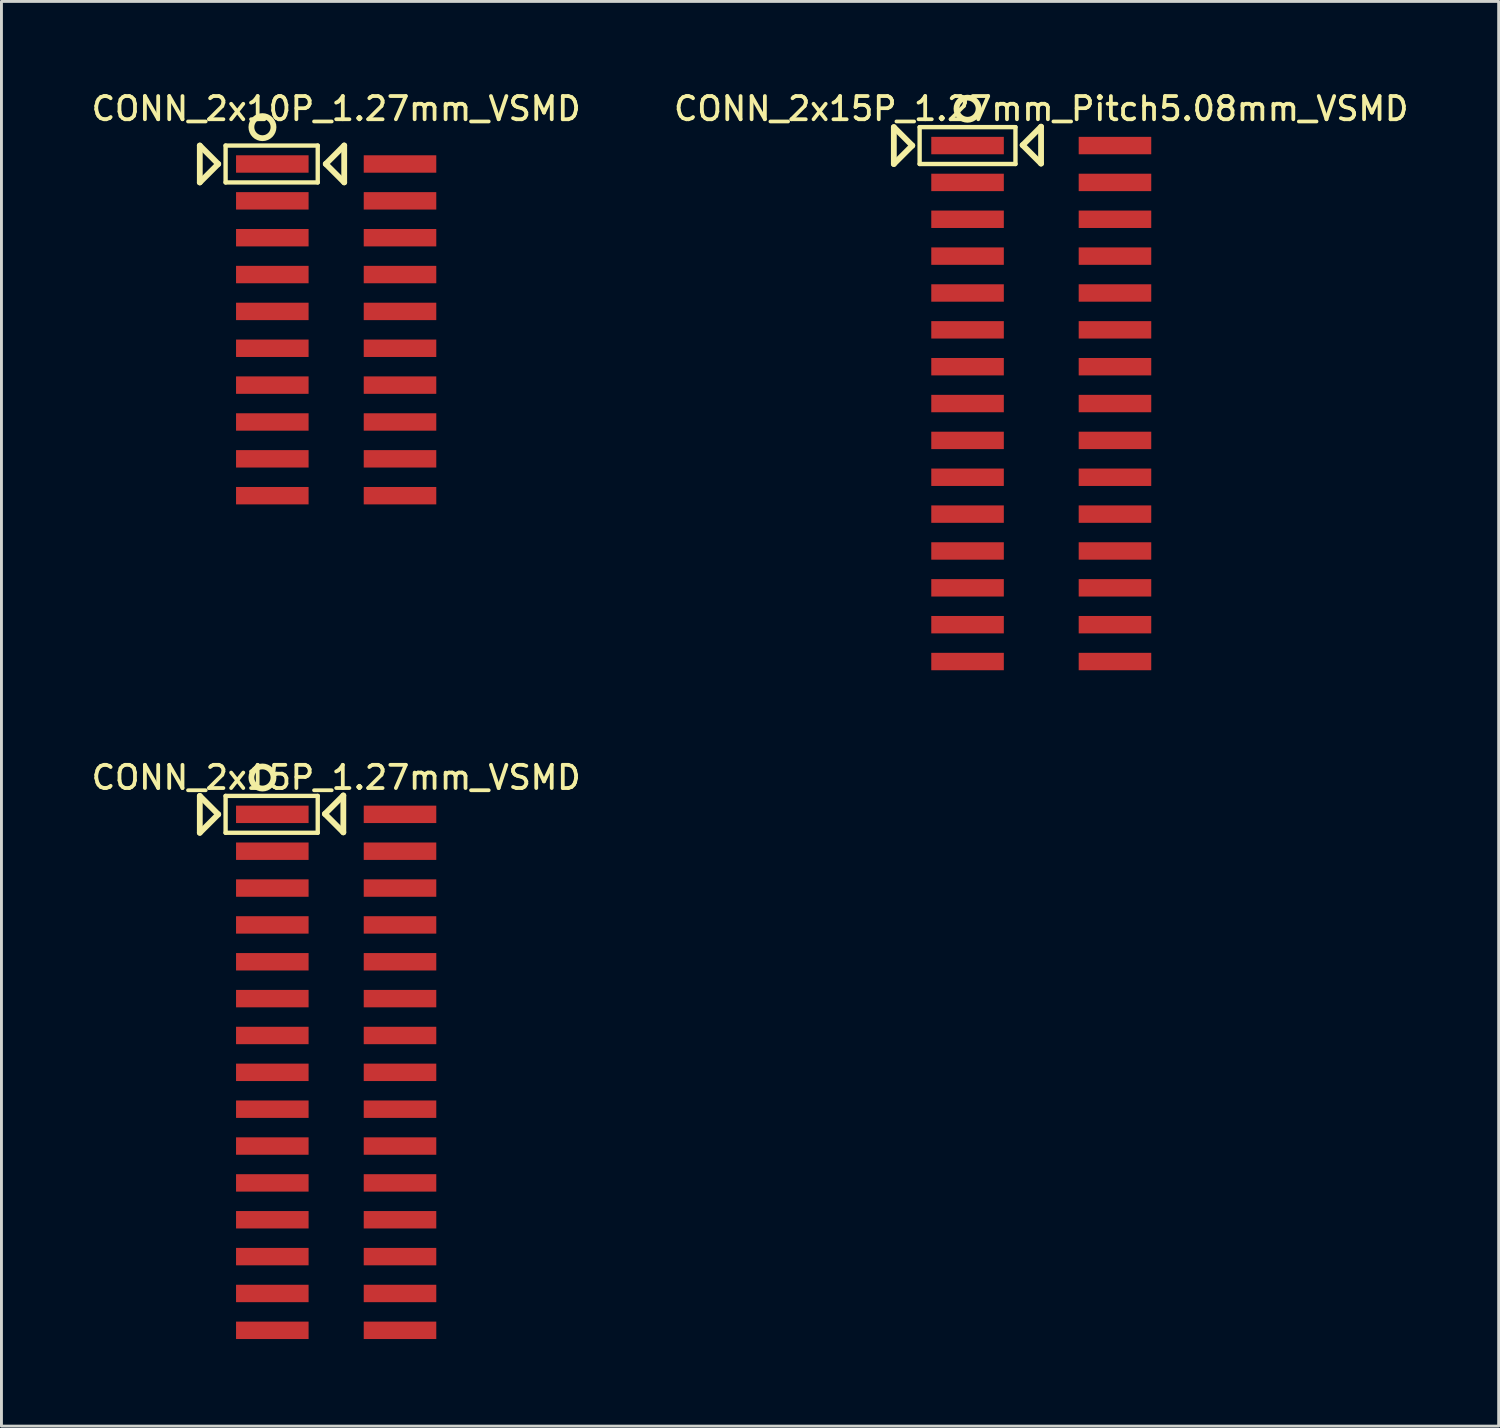
<source format=kicad_pcb>
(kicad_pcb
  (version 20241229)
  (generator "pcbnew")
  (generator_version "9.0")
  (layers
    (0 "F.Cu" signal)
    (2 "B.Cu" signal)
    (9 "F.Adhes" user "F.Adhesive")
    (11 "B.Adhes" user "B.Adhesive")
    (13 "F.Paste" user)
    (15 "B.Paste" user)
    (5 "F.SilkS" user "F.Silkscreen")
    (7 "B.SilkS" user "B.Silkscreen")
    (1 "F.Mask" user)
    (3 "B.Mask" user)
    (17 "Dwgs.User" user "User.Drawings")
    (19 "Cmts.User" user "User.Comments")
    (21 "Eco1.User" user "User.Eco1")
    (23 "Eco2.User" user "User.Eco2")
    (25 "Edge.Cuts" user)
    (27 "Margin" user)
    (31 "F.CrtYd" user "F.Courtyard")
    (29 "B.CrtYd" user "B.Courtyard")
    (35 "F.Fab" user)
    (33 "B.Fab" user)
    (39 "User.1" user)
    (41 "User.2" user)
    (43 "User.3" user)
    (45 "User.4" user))
  (footprint "CONN_2x15P_1.27mm_Pitch5.08mm_VSMD"
    (layer "F.Cu")
    (at 32.831 10.856)
    (property "Reference" "CONN_2x15P_1.27mm_Pitch5.08mm_VSMD" (at 0 -10.16 0) (layer "F.SilkS") (effects (font (size 0.8 0.8) (thickness 0.13))))
    (attr through_hole)
    (fp_line (start -5.08 -9.525) (end -5.08 -8.255) (stroke (width 0.2) (type solid)) (layer "F.SilkS"))
    (fp_line (start -5.08 -8.255) (end -4.445 -8.89) (stroke (width 0.2) (type solid)) (layer "F.SilkS"))
    (fp_line (start -4.445 -8.89) (end -5.08 -9.525) (stroke (width 0.2) (type solid)) (layer "F.SilkS"))
    (fp_line (start -4.191 -9.525) (end -0.889 -9.525) (stroke (width 0.15) (type solid)) (layer "F.SilkS"))
    (fp_line (start -4.191 -8.255) (end -4.191 -9.525) (stroke (width 0.15) (type solid)) (layer "F.SilkS"))
    (fp_line (start -0.889 -9.525) (end -0.889 -8.255) (stroke (width 0.15) (type solid)) (layer "F.SilkS"))
    (fp_line (start -0.889 -8.255) (end -4.191 -8.255) (stroke (width 0.15) (type solid)) (layer "F.SilkS"))
    (fp_line (start -0.642 -8.905) (end -0.007 -8.27) (stroke (width 0.2) (type solid)) (layer "F.SilkS"))
    (fp_line (start -0.007 -9.54) (end -0.642 -8.905) (stroke (width 0.2) (type solid)) (layer "F.SilkS"))
    (fp_line (start -0.007 -8.27) (end -0.007 -9.54) (stroke (width 0.2) (type solid)) (layer "F.SilkS"))
    (fp_circle (center -2.54 -10.16) (end -2.54 -9.779) (stroke (width 0.2) (type solid)) (fill no) (layer "F.SilkS"))
    (pad "1" smd rect (at -2.54 -8.89) (size 2.5 0.6) (layers "F.Cu" "F.Mask" "F.Paste"))
    (pad "2" smd rect (at 2.54 -8.89) (size 2.5 0.6) (layers "F.Cu" "F.Mask" "F.Paste"))
    (pad "3" smd rect (at -2.54 -7.62) (size 2.5 0.6) (layers "F.Cu" "F.Mask" "F.Paste"))
    (pad "4" smd rect (at 2.54 -7.62) (size 2.5 0.6) (layers "F.Cu" "F.Mask" "F.Paste"))
    (pad "5" smd rect (at -2.54 -6.35) (size 2.5 0.6) (layers "F.Cu" "F.Mask" "F.Paste"))
    (pad "6" smd rect (at 2.54 -6.35) (size 2.5 0.6) (layers "F.Cu" "F.Mask" "F.Paste"))
    (pad "7" smd rect (at -2.54 -5.08) (size 2.5 0.6) (layers "F.Cu" "F.Mask" "F.Paste"))
    (pad "8" smd rect (at 2.54 -5.08) (size 2.5 0.6) (layers "F.Cu" "F.Mask" "F.Paste"))
    (pad "9" smd rect (at -2.54 -3.81) (size 2.5 0.6) (layers "F.Cu" "F.Mask" "F.Paste"))
    (pad "10" smd rect (at 2.54 -3.81) (size 2.5 0.6) (layers "F.Cu" "F.Mask" "F.Paste"))
    (pad "11" smd rect (at -2.54 -2.54) (size 2.5 0.6) (layers "F.Cu" "F.Mask" "F.Paste"))
    (pad "12" smd rect (at 2.54 -2.54) (size 2.5 0.6) (layers "F.Cu" "F.Mask" "F.Paste"))
    (pad "13" smd rect (at -2.54 -1.27) (size 2.5 0.6) (layers "F.Cu" "F.Mask" "F.Paste"))
    (pad "14" smd rect (at 2.54 -1.27) (size 2.5 0.6) (layers "F.Cu" "F.Mask" "F.Paste"))
    (pad "15" smd rect (at -2.54 0) (size 2.5 0.6) (layers "F.Cu" "F.Mask" "F.Paste"))
    (pad "16" smd rect (at 2.54 0) (size 2.5 0.6) (layers "F.Cu" "F.Mask" "F.Paste"))
    (pad "17" smd rect (at -2.54 1.27) (size 2.5 0.6) (layers "F.Cu" "F.Mask" "F.Paste"))
    (pad "18" smd rect (at 2.54 1.27) (size 2.5 0.6) (layers "F.Cu" "F.Mask" "F.Paste"))
    (pad "19" smd rect (at -2.54 2.54) (size 2.5 0.6) (layers "F.Cu" "F.Mask" "F.Paste"))
    (pad "20" smd rect (at 2.54 2.54) (size 2.5 0.6) (layers "F.Cu" "F.Mask" "F.Paste"))
    (pad "21" smd rect (at -2.54 3.81) (size 2.5 0.6) (layers "F.Cu" "F.Mask" "F.Paste"))
    (pad "22" smd rect (at 2.54 3.81) (size 2.5 0.6) (layers "F.Cu" "F.Mask" "F.Paste"))
    (pad "23" smd rect (at -2.54 5.08) (size 2.5 0.6) (layers "F.Cu" "F.Mask" "F.Paste"))
    (pad "24" smd rect (at 2.54 5.08) (size 2.5 0.6) (layers "F.Cu" "F.Mask" "F.Paste"))
    (pad "25" smd rect (at -2.54 6.35) (size 2.5 0.6) (layers "F.Cu" "F.Mask" "F.Paste"))
    (pad "26" smd rect (at 2.54 6.35) (size 2.5 0.6) (layers "F.Cu" "F.Mask" "F.Paste"))
    (pad "27" smd rect (at -2.54 7.62) (size 2.5 0.6) (layers "F.Cu" "F.Mask" "F.Paste"))
    (pad "28" smd rect (at 2.54 7.62) (size 2.5 0.6) (layers "F.Cu" "F.Mask" "F.Paste"))
    (pad "29" smd rect (at -2.54 8.89) (size 2.5 0.6) (layers "F.Cu" "F.Mask" "F.Paste"))
    (pad "30" smd rect (at 2.54 8.89) (size 2.5 0.6) (layers "F.Cu" "F.Mask" "F.Paste")))
  (footprint "CONN_2x10P_1.27mm_VSMD"
    (layer "F.Cu")
    (at 8.534 8.316)
    (property "Reference" "CONN_2x10P_1.27mm_VSMD" (at 0 -7.62 0) (layer "F.SilkS") (effects (font (size 0.8 0.8) (thickness 0.13))))
    (attr through_hole)
    (fp_line (start -4.699 -6.35) (end -4.699 -5.08) (stroke (width 0.2) (type solid)) (layer "F.SilkS"))
    (fp_line (start -4.699 -5.08) (end -4.064 -5.715) (stroke (width 0.2) (type solid)) (layer "F.SilkS"))
    (fp_line (start -4.064 -5.715) (end -4.699 -6.35) (stroke (width 0.2) (type solid)) (layer "F.SilkS"))
    (fp_line (start -3.81 -6.35) (end -0.635 -6.35) (stroke (width 0.15) (type solid)) (layer "F.SilkS"))
    (fp_line (start -3.81 -5.08) (end -3.81 -6.35) (stroke (width 0.15) (type solid)) (layer "F.SilkS"))
    (fp_line (start -0.635 -6.35) (end -0.635 -5.08) (stroke (width 0.15) (type solid)) (layer "F.SilkS"))
    (fp_line (start -0.635 -5.08) (end -3.81 -5.08) (stroke (width 0.15) (type solid)) (layer "F.SilkS"))
    (fp_line (start -0.358 -5.717) (end 0.277 -5.082) (stroke (width 0.2) (type solid)) (layer "F.SilkS"))
    (fp_line (start 0.277 -6.352) (end -0.358 -5.717) (stroke (width 0.2) (type solid)) (layer "F.SilkS"))
    (fp_line (start 0.277 -5.082) (end 0.277 -6.352) (stroke (width 0.2) (type solid)) (layer "F.SilkS"))
    (fp_circle (center -2.54 -6.985) (end -2.54 -6.604) (stroke (width 0.2) (type solid)) (fill no) (layer "F.SilkS"))
    (pad "1" smd rect (at -2.2 -5.715) (size 2.5 0.6) (layers "F.Cu" "F.Mask" "F.Paste"))
    (pad "2" smd rect (at 2.2 -5.715) (size 2.5 0.6) (layers "F.Cu" "F.Mask" "F.Paste"))
    (pad "3" smd rect (at -2.2 -4.445) (size 2.5 0.6) (layers "F.Cu" "F.Mask" "F.Paste"))
    (pad "4" smd rect (at 2.2 -4.445) (size 2.5 0.6) (layers "F.Cu" "F.Mask" "F.Paste"))
    (pad "5" smd rect (at -2.2 -3.175) (size 2.5 0.6) (layers "F.Cu" "F.Mask" "F.Paste"))
    (pad "6" smd rect (at 2.2 -3.175) (size 2.5 0.6) (layers "F.Cu" "F.Mask" "F.Paste"))
    (pad "7" smd rect (at -2.2 -1.905) (size 2.5 0.6) (layers "F.Cu" "F.Mask" "F.Paste"))
    (pad "8" smd rect (at 2.2 -1.905) (size 2.5 0.6) (layers "F.Cu" "F.Mask" "F.Paste"))
    (pad "9" smd rect (at -2.2 -0.635) (size 2.5 0.6) (layers "F.Cu" "F.Mask" "F.Paste"))
    (pad "10" smd rect (at 2.2 -0.635) (size 2.5 0.6) (layers "F.Cu" "F.Mask" "F.Paste"))
    (pad "11" smd rect (at -2.2 0.635) (size 2.5 0.6) (layers "F.Cu" "F.Mask" "F.Paste"))
    (pad "12" smd rect (at 2.2 0.635) (size 2.5 0.6) (layers "F.Cu" "F.Mask" "F.Paste"))
    (pad "13" smd rect (at -2.2 1.905) (size 2.5 0.6) (layers "F.Cu" "F.Mask" "F.Paste"))
    (pad "14" smd rect (at 2.2 1.905) (size 2.5 0.6) (layers "F.Cu" "F.Mask" "F.Paste"))
    (pad "15" smd rect (at -2.2 3.175) (size 2.5 0.6) (layers "F.Cu" "F.Mask" "F.Paste"))
    (pad "16" smd rect (at 2.2 3.175) (size 2.5 0.6) (layers "F.Cu" "F.Mask" "F.Paste"))
    (pad "17" smd rect (at -2.2 4.445) (size 2.5 0.6) (layers "F.Cu" "F.Mask" "F.Paste"))
    (pad "18" smd rect (at 2.2 4.445) (size 2.5 0.6) (layers "F.Cu" "F.Mask" "F.Paste"))
    (pad "19" smd rect (at -2.2 5.715) (size 2.5 0.6) (layers "F.Cu" "F.Mask" "F.Paste"))
    (pad "20" smd rect (at 2.2 5.715) (size 2.5 0.6) (layers "F.Cu" "F.Mask" "F.Paste")))
  (footprint "CONN_2x15P_1.27mm_VSMD"
    (layer "F.Cu")
    (at 8.534 33.902)
    (property "Reference" "CONN_2x15P_1.27mm_VSMD" (at 0 -10.16 0) (layer "F.SilkS") (effects (font (size 0.8 0.8) (thickness 0.13))))
    (attr through_hole)
    (fp_line (start -4.699 -9.525) (end -4.699 -8.255) (stroke (width 0.2) (type solid)) (layer "F.SilkS"))
    (fp_line (start -4.699 -8.255) (end -4.064 -8.89) (stroke (width 0.2) (type solid)) (layer "F.SilkS"))
    (fp_line (start -4.064 -8.89) (end -4.699 -9.525) (stroke (width 0.2) (type solid)) (layer "F.SilkS"))
    (fp_line (start -3.81 -9.525) (end -0.635 -9.525) (stroke (width 0.15) (type solid)) (layer "F.SilkS"))
    (fp_line (start -3.81 -8.255) (end -3.81 -9.525) (stroke (width 0.15) (type solid)) (layer "F.SilkS"))
    (fp_line (start -0.635 -9.525) (end -0.635 -8.255) (stroke (width 0.15) (type solid)) (layer "F.SilkS"))
    (fp_line (start -0.635 -8.255) (end -3.81 -8.255) (stroke (width 0.15) (type solid)) (layer "F.SilkS"))
    (fp_line (start -0.388 -8.905) (end 0.247 -8.27) (stroke (width 0.2) (type solid)) (layer "F.SilkS"))
    (fp_line (start 0.247 -9.54) (end -0.388 -8.905) (stroke (width 0.2) (type solid)) (layer "F.SilkS"))
    (fp_line (start 0.247 -8.27) (end 0.247 -9.54) (stroke (width 0.2) (type solid)) (layer "F.SilkS"))
    (fp_circle (center -2.54 -10.16) (end -2.54 -9.779) (stroke (width 0.2) (type solid)) (fill no) (layer "F.SilkS"))
    (pad "1" smd rect (at -2.2 -8.89) (size 2.5 0.6) (layers "F.Cu" "F.Mask" "F.Paste"))
    (pad "2" smd rect (at 2.2 -8.89) (size 2.5 0.6) (layers "F.Cu" "F.Mask" "F.Paste"))
    (pad "3" smd rect (at -2.2 -7.62) (size 2.5 0.6) (layers "F.Cu" "F.Mask" "F.Paste"))
    (pad "4" smd rect (at 2.2 -7.62) (size 2.5 0.6) (layers "F.Cu" "F.Mask" "F.Paste"))
    (pad "5" smd rect (at -2.2 -6.35) (size 2.5 0.6) (layers "F.Cu" "F.Mask" "F.Paste"))
    (pad "6" smd rect (at 2.2 -6.35) (size 2.5 0.6) (layers "F.Cu" "F.Mask" "F.Paste"))
    (pad "7" smd rect (at -2.2 -5.08) (size 2.5 0.6) (layers "F.Cu" "F.Mask" "F.Paste"))
    (pad "8" smd rect (at 2.2 -5.08) (size 2.5 0.6) (layers "F.Cu" "F.Mask" "F.Paste"))
    (pad "9" smd rect (at -2.2 -3.81) (size 2.5 0.6) (layers "F.Cu" "F.Mask" "F.Paste"))
    (pad "10" smd rect (at 2.2 -3.81) (size 2.5 0.6) (layers "F.Cu" "F.Mask" "F.Paste"))
    (pad "11" smd rect (at -2.2 -2.54) (size 2.5 0.6) (layers "F.Cu" "F.Mask" "F.Paste"))
    (pad "12" smd rect (at 2.2 -2.54) (size 2.5 0.6) (layers "F.Cu" "F.Mask" "F.Paste"))
    (pad "13" smd rect (at -2.2 -1.27) (size 2.5 0.6) (layers "F.Cu" "F.Mask" "F.Paste"))
    (pad "14" smd rect (at 2.2 -1.27) (size 2.5 0.6) (layers "F.Cu" "F.Mask" "F.Paste"))
    (pad "15" smd rect (at -2.2 0) (size 2.5 0.6) (layers "F.Cu" "F.Mask" "F.Paste"))
    (pad "16" smd rect (at 2.2 0) (size 2.5 0.6) (layers "F.Cu" "F.Mask" "F.Paste"))
    (pad "17" smd rect (at -2.2 1.27) (size 2.5 0.6) (layers "F.Cu" "F.Mask" "F.Paste"))
    (pad "18" smd rect (at 2.2 1.27) (size 2.5 0.6) (layers "F.Cu" "F.Mask" "F.Paste"))
    (pad "19" smd rect (at -2.2 2.54) (size 2.5 0.6) (layers "F.Cu" "F.Mask" "F.Paste"))
    (pad "20" smd rect (at 2.2 2.54) (size 2.5 0.6) (layers "F.Cu" "F.Mask" "F.Paste"))
    (pad "21" smd rect (at -2.2 3.81) (size 2.5 0.6) (layers "F.Cu" "F.Mask" "F.Paste"))
    (pad "22" smd rect (at 2.2 3.81) (size 2.5 0.6) (layers "F.Cu" "F.Mask" "F.Paste"))
    (pad "23" smd rect (at -2.2 5.08) (size 2.5 0.6) (layers "F.Cu" "F.Mask" "F.Paste"))
    (pad "24" smd rect (at 2.2 5.08) (size 2.5 0.6) (layers "F.Cu" "F.Mask" "F.Paste"))
    (pad "25" smd rect (at -2.2 6.35) (size 2.5 0.6) (layers "F.Cu" "F.Mask" "F.Paste"))
    (pad "26" smd rect (at 2.2 6.35) (size 2.5 0.6) (layers "F.Cu" "F.Mask" "F.Paste"))
    (pad "27" smd rect (at -2.2 7.62) (size 2.5 0.6) (layers "F.Cu" "F.Mask" "F.Paste"))
    (pad "28" smd rect (at 2.2 7.62) (size 2.5 0.6) (layers "F.Cu" "F.Mask" "F.Paste"))
    (pad "29" smd rect (at -2.2 8.89) (size 2.5 0.6) (layers "F.Cu" "F.Mask" "F.Paste"))
    (pad "30" smd rect (at 2.2 8.89) (size 2.5 0.6) (layers "F.Cu" "F.Mask" "F.Paste")))
  (gr_rect
    (start -3 -3)
    (end 48.593 46.092)
    (stroke (width 0.1) (type default))
    (fill no)
    (layer "Edge.Cuts")))
</source>
